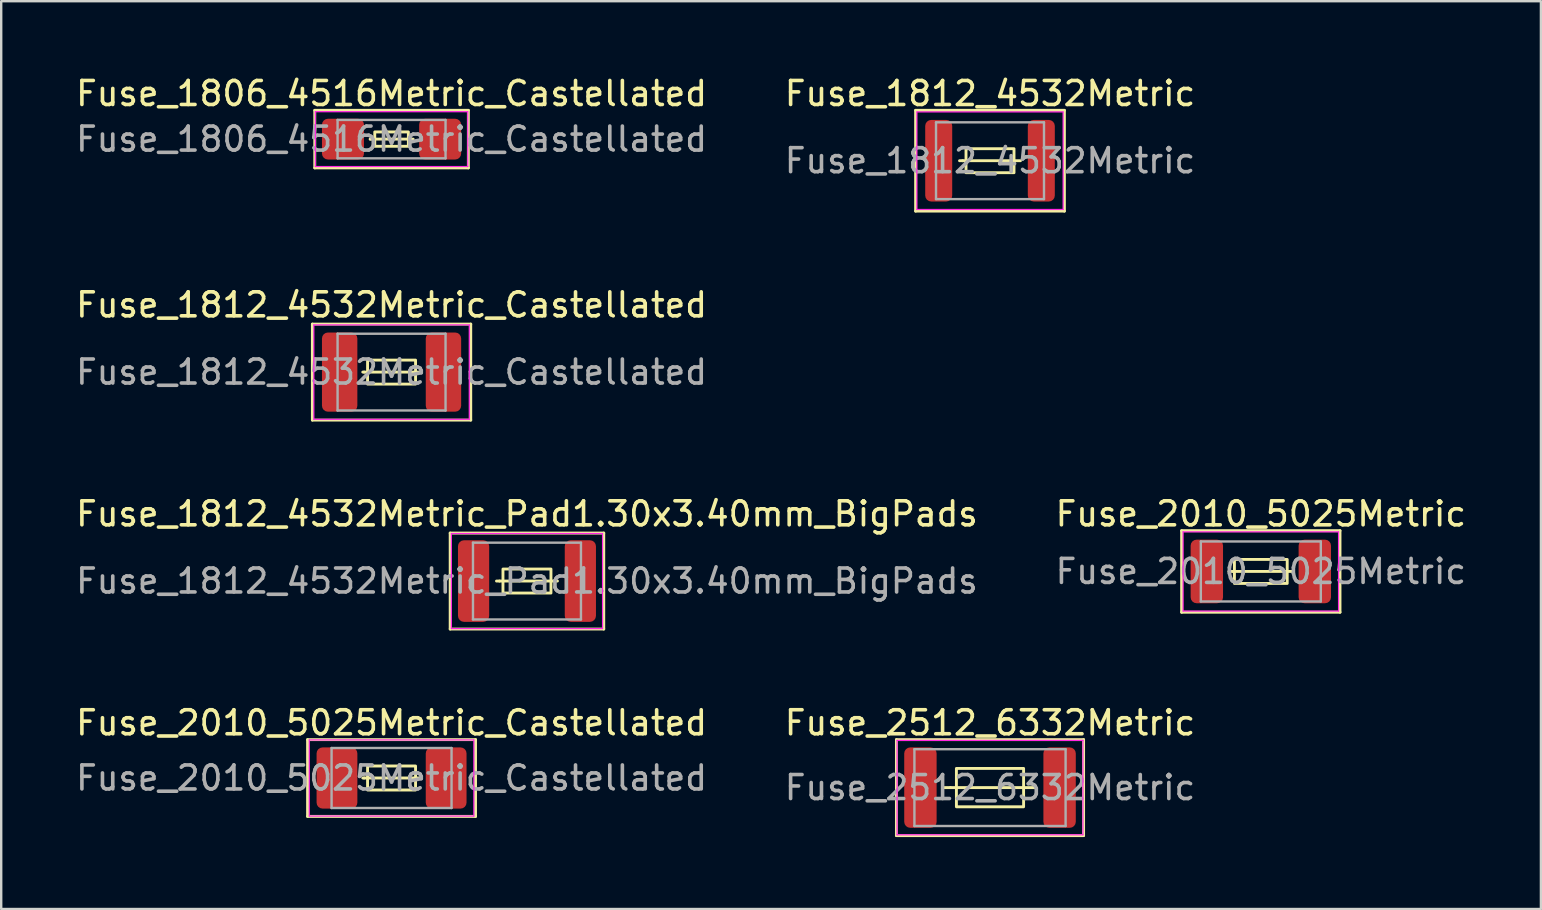
<source format=kicad_pcb>
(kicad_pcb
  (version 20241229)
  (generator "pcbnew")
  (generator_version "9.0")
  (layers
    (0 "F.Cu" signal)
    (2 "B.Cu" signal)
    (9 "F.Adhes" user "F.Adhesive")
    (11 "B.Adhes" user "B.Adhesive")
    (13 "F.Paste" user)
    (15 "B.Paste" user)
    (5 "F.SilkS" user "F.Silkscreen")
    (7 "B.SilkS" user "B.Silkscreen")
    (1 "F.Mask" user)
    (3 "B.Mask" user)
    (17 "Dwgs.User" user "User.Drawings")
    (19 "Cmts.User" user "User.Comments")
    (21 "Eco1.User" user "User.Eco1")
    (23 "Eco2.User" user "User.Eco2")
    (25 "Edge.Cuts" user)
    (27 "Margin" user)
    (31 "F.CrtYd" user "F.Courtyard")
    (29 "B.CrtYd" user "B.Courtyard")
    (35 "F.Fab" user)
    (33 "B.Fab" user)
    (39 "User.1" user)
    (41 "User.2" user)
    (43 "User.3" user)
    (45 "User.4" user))
  (footprint "Fuse_1812_4532Metric_Pad1.30x3.40mm_BigPads"
    (layer "F.Cu")
    (at 18.911 21.165)
    (property "Reference" "Fuse_1812_4532Metric_Pad1.30x3.40mm_BigPads" (at 0 -2.8 0) (layer "F.SilkS") (effects (font (size 1 1) (thickness 0.15))))
    (attr smd)
    (fp_line (start -3.2 -2) (end -3.2 2) (stroke (width 0.12) (type solid)) (layer "F.SilkS"))
    (fp_line (start -3.2 2) (end 3.2 2) (stroke (width 0.12) (type solid)) (layer "F.SilkS"))
    (fp_line (start -1.143 0) (end -1.27 0) (stroke (width 0.12) (type solid)) (layer "F.SilkS"))
    (fp_line (start -1.143 0) (end 1.27 0) (stroke (width 0.12) (type solid)) (layer "F.SilkS"))
    (fp_line (start 3.2 -2) (end -3.2 -2) (stroke (width 0.12) (type solid)) (layer "F.SilkS"))
    (fp_line (start 3.2 2) (end 3.2 -2) (stroke (width 0.12) (type solid)) (layer "F.SilkS"))
    (fp_rect (start -1 -0.5) (end 1 0.5) (stroke (width 0.12) (type solid)) (fill no) (layer "F.SilkS"))
    (fp_line (start -3.15 -1.981) (end 3.15 -1.981) (stroke (width 0.05) (type solid)) (layer "F.CrtYd"))
    (fp_line (start -3.15 1.981) (end -3.15 -1.981) (stroke (width 0.05) (type solid)) (layer "F.CrtYd"))
    (fp_line (start 3.15 -1.981) (end 3.15 1.981) (stroke (width 0.05) (type solid)) (layer "F.CrtYd"))
    (fp_line (start 3.15 1.981) (end -3.15 1.981) (stroke (width 0.05) (type solid)) (layer "F.CrtYd"))
    (fp_line (start -2.25 -1.6) (end 2.25 -1.6) (stroke (width 0.1) (type solid)) (layer "F.Fab"))
    (fp_line (start -2.25 1.6) (end -2.25 -1.6) (stroke (width 0.1) (type solid)) (layer "F.Fab"))
    (fp_line (start 2.25 -1.6) (end 2.25 1.6) (stroke (width 0.1) (type solid)) (layer "F.Fab"))
    (fp_line (start 2.25 1.6) (end -2.25 1.6) (stroke (width 0.1) (type solid)) (layer "F.Fab"))
    (fp_text user "${REFERENCE}" (at 0 0 0) (layer "F.Fab") (effects (font (size 1 1) (thickness 0.15))))
    (pad "1" smd roundrect (at -2.225 0) (size 1.3 3.4) (layers "F.Cu" "F.Mask" "F.Paste") (roundrect_rratio 0.192))
    (pad "2" smd roundrect (at 2.225 0) (size 1.3 3.4) (layers "F.Cu" "F.Mask" "F.Paste") (roundrect_rratio 0.192)))
  (footprint "Fuse_2010_5025Metric_Castellated"
    (layer "F.Cu")
    (at 13.268 29.373)
    (property "Reference" "Fuse_2010_5025Metric_Castellated" (at 0 -2.3 0) (layer "F.SilkS") (effects (font (size 1 1) (thickness 0.15))))
    (attr smd)
    (fp_line (start -3.5 -1.6) (end -3.5 1.6) (stroke (width 0.12) (type solid)) (layer "F.SilkS"))
    (fp_line (start -3.5 1.6) (end 3.5 1.6) (stroke (width 0.12) (type solid)) (layer "F.SilkS"))
    (fp_line (start -1.143 0) (end -1.2 0) (stroke (width 0.12) (type solid)) (layer "F.SilkS"))
    (fp_line (start -1.143 0) (end 1.2 0) (stroke (width 0.12) (type solid)) (layer "F.SilkS"))
    (fp_line (start 3.5 -1.6) (end -3.5 -1.6) (stroke (width 0.12) (type solid)) (layer "F.SilkS"))
    (fp_line (start 3.5 1.6) (end 3.5 -1.6) (stroke (width 0.12) (type solid)) (layer "F.SilkS"))
    (fp_rect (start -1 -0.5) (end 1 0.5) (stroke (width 0.12) (type solid)) (fill no) (layer "F.SilkS"))
    (fp_line (start -3.429 -1.587) (end 3.429 -1.587) (stroke (width 0.05) (type solid)) (layer "F.CrtYd"))
    (fp_line (start -3.429 1.587) (end -3.429 -1.587) (stroke (width 0.05) (type solid)) (layer "F.CrtYd"))
    (fp_line (start 3.429 -1.587) (end 3.429 1.587) (stroke (width 0.05) (type solid)) (layer "F.CrtYd"))
    (fp_line (start 3.429 1.587) (end -3.429 1.587) (stroke (width 0.05) (type solid)) (layer "F.CrtYd"))
    (fp_line (start -2.5 -1.25) (end 2.5 -1.25) (stroke (width 0.1) (type solid)) (layer "F.Fab"))
    (fp_line (start -2.5 1.25) (end -2.5 -1.25) (stroke (width 0.1) (type solid)) (layer "F.Fab"))
    (fp_line (start 2.5 -1.25) (end 2.5 1.25) (stroke (width 0.1) (type solid)) (layer "F.Fab"))
    (fp_line (start 2.5 1.25) (end -2.5 1.25) (stroke (width 0.1) (type solid)) (layer "F.Fab"))
    (fp_text user "${REFERENCE}" (at 0 0 0) (layer "F.Fab") (effects (font (size 1 1) (thickness 0.15))))
    (pad "1" smd roundrect (at -2.275 0) (size 1.7 2.55) (layers "F.Cu" "F.Mask" "F.Paste") (roundrect_rratio 0.147))
    (pad "2" smd roundrect (at 2.275 0) (size 1.7 2.55) (layers "F.Cu" "F.Mask" "F.Paste") (roundrect_rratio 0.147)))
  (footprint "Fuse_1812_4532Metric"
    (layer "F.Cu")
    (at 38.208 3.648)
    (property "Reference" "Fuse_1812_4532Metric" (at 0 -2.8 0) (layer "F.SilkS") (effects (font (size 1 1) (thickness 0.15))))
    (attr smd)
    (fp_line (start -3.1 -2.1) (end -3.1 2.1) (stroke (width 0.12) (type solid)) (layer "F.SilkS"))
    (fp_line (start -3.1 2.1) (end 3.1 2.1) (stroke (width 0.12) (type solid)) (layer "F.SilkS"))
    (fp_line (start -1.143 0) (end -1.27 0) (stroke (width 0.12) (type solid)) (layer "F.SilkS"))
    (fp_line (start -1.143 0) (end 1.27 0) (stroke (width 0.12) (type solid)) (layer "F.SilkS"))
    (fp_line (start 3.1 -2.1) (end -3.1 -2.1) (stroke (width 0.12) (type solid)) (layer "F.SilkS"))
    (fp_line (start 3.1 2.1) (end 3.1 -2.1) (stroke (width 0.12) (type solid)) (layer "F.SilkS"))
    (fp_rect (start -1 -0.5) (end 1 0.5) (stroke (width 0.12) (type solid)) (fill no) (layer "F.SilkS"))
    (fp_line (start -3.048 -2.032) (end 3.048 -2.032) (stroke (width 0.05) (type solid)) (layer "F.CrtYd"))
    (fp_line (start -3.048 2.032) (end -3.048 -2.032) (stroke (width 0.05) (type solid)) (layer "F.CrtYd"))
    (fp_line (start 3.048 -2.032) (end 3.048 2.032) (stroke (width 0.05) (type solid)) (layer "F.CrtYd"))
    (fp_line (start 3.048 2.032) (end -3.048 2.032) (stroke (width 0.05) (type solid)) (layer "F.CrtYd"))
    (fp_line (start -2.25 -1.6) (end 2.25 -1.6) (stroke (width 0.1) (type solid)) (layer "F.Fab"))
    (fp_line (start -2.25 1.6) (end -2.25 -1.6) (stroke (width 0.1) (type solid)) (layer "F.Fab"))
    (fp_line (start 2.25 -1.6) (end 2.25 1.6) (stroke (width 0.1) (type solid)) (layer "F.Fab"))
    (fp_line (start 2.25 1.6) (end -2.25 1.6) (stroke (width 0.1) (type solid)) (layer "F.Fab"))
    (fp_text user "${REFERENCE}" (at 0 0 0) (layer "F.Fab") (effects (font (size 1 1) (thickness 0.15))))
    (pad "1" smd roundrect (at -2.138 0) (size 1.125 3.4) (layers "F.Cu" "F.Mask" "F.Paste") (roundrect_rratio 0.222))
    (pad "2" smd roundrect (at 2.138 0) (size 1.125 3.4) (layers "F.Cu" "F.Mask" "F.Paste") (roundrect_rratio 0.222)))
  (footprint "Fuse_2010_5025Metric"
    (layer "F.Cu")
    (at 49.494 20.765)
    (property "Reference" "Fuse_2010_5025Metric" (at 0 -2.4 0) (layer "F.SilkS") (effects (font (size 1 1) (thickness 0.15))))
    (attr smd)
    (fp_line (start -3.3 -1.7) (end -3.3 1.7) (stroke (width 0.12) (type solid)) (layer "F.SilkS"))
    (fp_line (start -3.3 1.7) (end 3.3 1.7) (stroke (width 0.12) (type solid)) (layer "F.SilkS"))
    (fp_line (start -1.143 0) (end -1.333 0) (stroke (width 0.12) (type solid)) (layer "F.SilkS"))
    (fp_line (start -1.143 0) (end 1.333 0) (stroke (width 0.12) (type solid)) (layer "F.SilkS"))
    (fp_line (start 3.3 -1.7) (end -3.3 -1.7) (stroke (width 0.12) (type solid)) (layer "F.SilkS"))
    (fp_line (start 3.3 1.7) (end 3.3 -1.7) (stroke (width 0.12) (type solid)) (layer "F.SilkS"))
    (fp_rect (start -1.1 -0.5) (end 1.1 0.5) (stroke (width 0.12) (type solid)) (fill no) (layer "F.SilkS"))
    (fp_line (start -3.239 -1.651) (end 3.239 -1.651) (stroke (width 0.05) (type solid)) (layer "F.CrtYd"))
    (fp_line (start -3.239 1.651) (end -3.239 -1.651) (stroke (width 0.05) (type solid)) (layer "F.CrtYd"))
    (fp_line (start 3.239 -1.651) (end 3.239 1.651) (stroke (width 0.05) (type solid)) (layer "F.CrtYd"))
    (fp_line (start 3.239 1.651) (end -3.239 1.651) (stroke (width 0.05) (type solid)) (layer "F.CrtYd"))
    (fp_line (start -2.5 -1.25) (end 2.5 -1.25) (stroke (width 0.1) (type solid)) (layer "F.Fab"))
    (fp_line (start -2.5 1.25) (end -2.5 -1.25) (stroke (width 0.1) (type solid)) (layer "F.Fab"))
    (fp_line (start 2.5 -1.25) (end 2.5 1.25) (stroke (width 0.1) (type solid)) (layer "F.Fab"))
    (fp_line (start 2.5 1.25) (end -2.5 1.25) (stroke (width 0.1) (type solid)) (layer "F.Fab"))
    (fp_text user "${REFERENCE}" (at 0 0 0) (layer "F.Fab") (effects (font (size 1 1) (thickness 0.15))))
    (pad "1" smd roundrect (at -2.25 0) (size 1.35 2.65) (layers "F.Cu" "F.Mask" "F.Paste") (roundrect_rratio 0.185))
    (pad "2" smd roundrect (at 2.25 0) (size 1.35 2.65) (layers "F.Cu" "F.Mask" "F.Paste") (roundrect_rratio 0.185)))
  (footprint "Fuse_1806_4516Metric_Castellated"
    (layer "F.Cu")
    (at 13.268 2.748)
    (property "Reference" "Fuse_1806_4516Metric_Castellated" (at 0 -1.9 0) (layer "F.SilkS") (effects (font (size 1 1) (thickness 0.15))))
    (attr smd)
    (fp_line (start -3.2 -1.2) (end -3.2 1.2) (stroke (width 0.12) (type solid)) (layer "F.SilkS"))
    (fp_line (start -3.2 1.2) (end 3.2 1.2) (stroke (width 0.12) (type solid)) (layer "F.SilkS"))
    (fp_line (start -0.889 0) (end -0.889 0) (stroke (width 0.12) (type solid)) (layer "F.SilkS"))
    (fp_line (start -0.889 0) (end 0.9 0) (stroke (width 0.12) (type solid)) (layer "F.SilkS"))
    (fp_line (start 3.2 -1.2) (end -3.2 -1.2) (stroke (width 0.12) (type solid)) (layer "F.SilkS"))
    (fp_line (start 3.2 1.2) (end 3.2 -1.2) (stroke (width 0.12) (type solid)) (layer "F.SilkS"))
    (fp_rect (start -0.7 -0.3) (end 0.7 0.3) (stroke (width 0.12) (type solid)) (fill no) (layer "F.SilkS"))
    (fp_line (start -3.175 -1.143) (end 3.175 -1.143) (stroke (width 0.05) (type solid)) (layer "F.CrtYd"))
    (fp_line (start -3.175 1.143) (end -3.175 -1.143) (stroke (width 0.05) (type solid)) (layer "F.CrtYd"))
    (fp_line (start 3.175 -1.143) (end 3.175 1.143) (stroke (width 0.05) (type solid)) (layer "F.CrtYd"))
    (fp_line (start 3.175 1.143) (end -3.175 1.143) (stroke (width 0.05) (type solid)) (layer "F.CrtYd"))
    (fp_line (start -2.25 -0.8) (end 2.25 -0.8) (stroke (width 0.1) (type solid)) (layer "F.Fab"))
    (fp_line (start -2.25 0.8) (end -2.25 -0.8) (stroke (width 0.1) (type solid)) (layer "F.Fab"))
    (fp_line (start 2.25 -0.8) (end 2.25 0.8) (stroke (width 0.1) (type solid)) (layer "F.Fab"))
    (fp_line (start 2.25 0.8) (end -2.25 0.8) (stroke (width 0.1) (type solid)) (layer "F.Fab"))
    (fp_text user "${REFERENCE}" (at 0 0 0) (layer "F.Fab") (effects (font (size 1 1) (thickness 0.15))))
    (pad "1" smd roundrect (at -2.025 0) (size 1.75 1.7) (layers "F.Cu" "F.Mask" "F.Paste") (roundrect_rratio 0.147))
    (pad "2" smd roundrect (at 2.025 0) (size 1.75 1.7) (layers "F.Cu" "F.Mask" "F.Paste") (roundrect_rratio 0.147)))
  (footprint "Fuse_1812_4532Metric_Castellated"
    (layer "F.Cu")
    (at 13.268 12.457)
    (property "Reference" "Fuse_1812_4532Metric_Castellated" (at 0 -2.8 0) (layer "F.SilkS") (effects (font (size 1 1) (thickness 0.15))))
    (attr smd)
    (fp_line (start -3.3 -2) (end -3.3 2) (stroke (width 0.12) (type solid)) (layer "F.SilkS"))
    (fp_line (start -3.3 2) (end 3.3 2) (stroke (width 0.12) (type solid)) (layer "F.SilkS"))
    (fp_line (start -1.143 0) (end -1.2 0) (stroke (width 0.12) (type solid)) (layer "F.SilkS"))
    (fp_line (start -1.143 0) (end 1.2 0) (stroke (width 0.12) (type solid)) (layer "F.SilkS"))
    (fp_line (start 3.3 -2) (end -3.3 -2) (stroke (width 0.12) (type solid)) (layer "F.SilkS"))
    (fp_line (start 3.3 2) (end 3.3 -2) (stroke (width 0.12) (type solid)) (layer "F.SilkS"))
    (fp_rect (start -1 -0.5) (end 1 0.5) (stroke (width 0.12) (type solid)) (fill no) (layer "F.SilkS"))
    (fp_line (start -3.239 -1.968) (end 3.239 -1.968) (stroke (width 0.05) (type solid)) (layer "F.CrtYd"))
    (fp_line (start -3.239 1.968) (end -3.239 -1.968) (stroke (width 0.05) (type solid)) (layer "F.CrtYd"))
    (fp_line (start 3.239 -1.968) (end 3.239 1.968) (stroke (width 0.05) (type solid)) (layer "F.CrtYd"))
    (fp_line (start 3.239 1.968) (end -3.239 1.968) (stroke (width 0.05) (type solid)) (layer "F.CrtYd"))
    (fp_line (start -2.25 -1.6) (end 2.25 -1.6) (stroke (width 0.1) (type solid)) (layer "F.Fab"))
    (fp_line (start -2.25 1.6) (end -2.25 -1.6) (stroke (width 0.1) (type solid)) (layer "F.Fab"))
    (fp_line (start 2.25 -1.6) (end 2.25 1.6) (stroke (width 0.1) (type solid)) (layer "F.Fab"))
    (fp_line (start 2.25 1.6) (end -2.25 1.6) (stroke (width 0.1) (type solid)) (layer "F.Fab"))
    (fp_text user "${REFERENCE}" (at 0 0 0) (layer "F.Fab") (effects (font (size 1 1) (thickness 0.15))))
    (pad "1" smd roundrect (at -2.163 0) (size 1.475 3.3) (layers "F.Cu" "F.Mask" "F.Paste") (roundrect_rratio 0.169))
    (pad "2" smd roundrect (at 2.163 0) (size 1.475 3.3) (layers "F.Cu" "F.Mask" "F.Paste") (roundrect_rratio 0.169)))
  (footprint "Fuse_2512_6332Metric"
    (layer "F.Cu")
    (at 38.208 29.773)
    (property "Reference" "Fuse_2512_6332Metric" (at 0 -2.7 0) (layer "F.SilkS") (effects (font (size 1 1) (thickness 0.15))))
    (attr smd)
    (fp_line (start -3.9 -2) (end -3.9 2) (stroke (width 0.12) (type solid)) (layer "F.SilkS"))
    (fp_line (start -3.9 2) (end 3.9 2) (stroke (width 0.12) (type solid)) (layer "F.SilkS"))
    (fp_line (start -1.651 0) (end -1.905 0) (stroke (width 0.12) (type solid)) (layer "F.SilkS"))
    (fp_line (start 1.905 0) (end -1.651 0) (stroke (width 0.12) (type solid)) (layer "F.SilkS"))
    (fp_line (start 3.9 -2) (end -3.9 -2) (stroke (width 0.12) (type solid)) (layer "F.SilkS"))
    (fp_line (start 3.9 2) (end 3.9 -2) (stroke (width 0.12) (type solid)) (layer "F.SilkS"))
    (fp_rect (start -1.4 -0.8) (end 1.4 0.8) (stroke (width 0.12) (type solid)) (fill no) (layer "F.SilkS"))
    (fp_line (start -3.873 -1.968) (end 3.873 -1.968) (stroke (width 0.05) (type solid)) (layer "F.CrtYd"))
    (fp_line (start -3.873 1.968) (end -3.873 -1.968) (stroke (width 0.05) (type solid)) (layer "F.CrtYd"))
    (fp_line (start 3.873 -1.968) (end 3.873 1.968) (stroke (width 0.05) (type solid)) (layer "F.CrtYd"))
    (fp_line (start 3.873 1.968) (end -3.873 1.968) (stroke (width 0.05) (type solid)) (layer "F.CrtYd"))
    (fp_line (start -3.15 -1.6) (end 3.15 -1.6) (stroke (width 0.1) (type solid)) (layer "F.Fab"))
    (fp_line (start -3.15 1.6) (end -3.15 -1.6) (stroke (width 0.1) (type solid)) (layer "F.Fab"))
    (fp_line (start 3.15 -1.6) (end 3.15 1.6) (stroke (width 0.1) (type solid)) (layer "F.Fab"))
    (fp_line (start 3.15 1.6) (end -3.15 1.6) (stroke (width 0.1) (type solid)) (layer "F.Fab"))
    (fp_text user "${REFERENCE}" (at 0 0 0) (layer "F.Fab") (effects (font (size 1 1) (thickness 0.15))))
    (pad "1" smd roundrect (at -2.9 0) (size 1.35 3.35) (layers "F.Cu" "F.Mask" "F.Paste") (roundrect_rratio 0.185))
    (pad "2" smd roundrect (at 2.9 0) (size 1.35 3.35) (layers "F.Cu" "F.Mask" "F.Paste") (roundrect_rratio 0.185)))
  (gr_rect
    (start -3 -3)
    (end 61.167 34.833)
    (stroke (width 0.1) (type default))
    (fill no)
    (layer "Edge.Cuts")))
</source>
